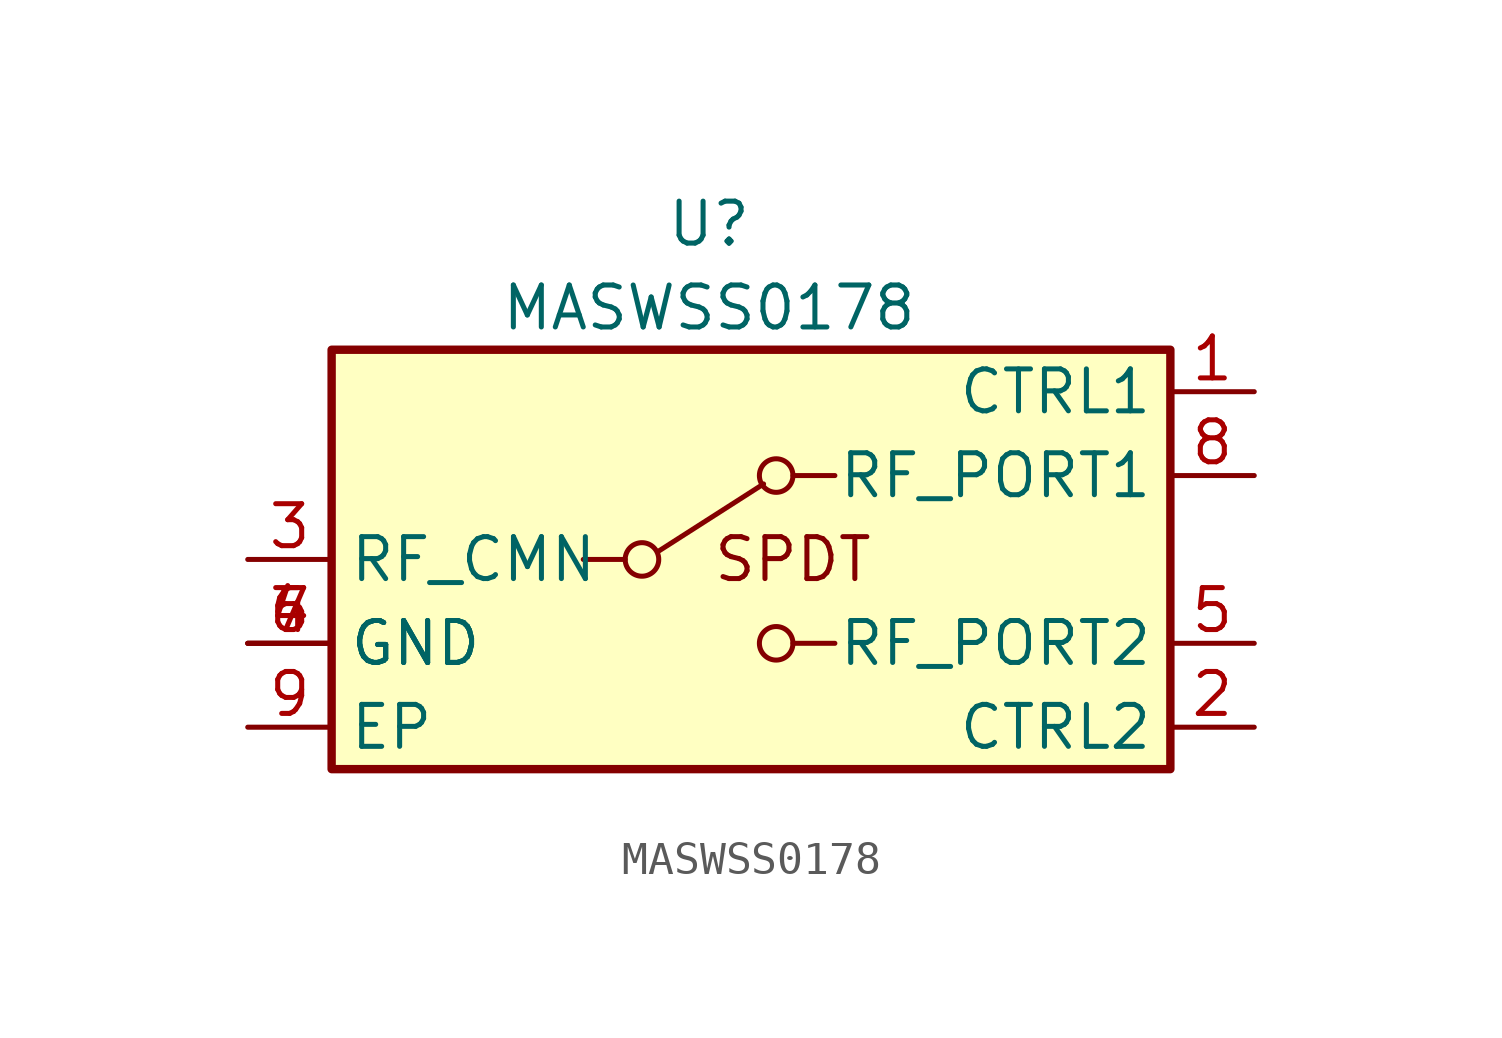
<source format=kicad_sym>
(kicad_symbol_lib
  (version 20211014)
  (generator kicad_symbol_editor)
  (symbol "MASWSS0178"
    (property "Reference" "U"
      (at 0 3.81 0)
      (effects (font (size 1.27 1.27))))
    (property "Value" "MASWSS0178"
      (at 0 1.27 0)
      (effects (font (size 1.27 1.27))))
    (symbol "MASWSS0178_0_0"
      (circle (center -2.032 -6.35) (radius 0.508) (stroke (width 0) (type default) (color 0 0 0 0)) (fill (type none)))
      (circle (center 2.032 -8.89) (radius 0.508) (stroke (width 0) (type default) (color 0 0 0 0)) (fill (type none)))
      (text "SPDT" (at 2.54 -6.35 0) (effects (font (size 1.27 1.27)))))
    (symbol "MASWSS0178_0_1"
      (polyline (pts (xy -2.54 -6.35) (xy -3.81 -6.35)) (stroke (width 0) (type default) (color 0 0 0 0)) (fill (type none)))
      (polyline (pts (xy -1.524 -6.096) (xy 1.651 -4.064)) (stroke (width 0) (type default) (color 0 0 0 0)) (fill (type none)))
      (polyline (pts (xy 2.54 -8.89) (xy 3.81 -8.89)) (stroke (width 0) (type default) (color 0 0 0 0)) (fill (type none)))
      (polyline (pts (xy 2.54 -3.81) (xy 3.81 -3.81)) (stroke (width 0) (type default) (color 0 0 0 0)) (fill (type none)))
      (circle (center 2.032 -3.81) (radius 0.508) (stroke (width 0) (type default) (color 0 0 0 0)) (fill (type none))))
    (symbol "MASWSS0178_1_1"
      (rectangle (start -11.43 0) (end 13.97 -12.7) (stroke (width 0.254) (type default) (color 0 0 0 0)) (fill (type background)))
      (pin passive line (at 16.51 -1.27 180) (length 2.54) (name "CTRL1" (effects (font (size 1.27 1.27)))) (number "1" (effects (font (size 1.27 1.27)))))
      (pin passive line (at 16.51 -11.43 180) (length 2.54) (name "CTRL2" (effects (font (size 1.27 1.27)))) (number "2" (effects (font (size 1.27 1.27)))))
      (pin passive line (at -13.97 -6.35 0) (length 2.54) (name "RF_CMN" (effects (font (size 1.27 1.27)))) (number "3" (effects (font (size 1.27 1.27)))))
      (pin passive line (at -13.97 -8.89 0) (length 2.54) (name "GND" (effects (font (size 1.27 1.27)))) (number "4" (effects (font (size 1.27 1.27)))))
      (pin passive line (at 16.51 -8.89 180) (length 2.54) (name "RF_PORT2" (effects (font (size 1.27 1.27)))) (number "5" (effects (font (size 1.27 1.27)))))
      (pin passive line (at -13.97 -8.89 0) (length 2.54) (name "GND" (effects (font (size 1.27 1.27)))) (number "6" (effects (font (size 1.27 1.27)))))
      (pin passive line (at -13.97 -8.89 0) (length 2.54) (name "GND" (effects (font (size 1.27 1.27)))) (number "7" (effects (font (size 1.27 1.27)))))
      (pin passive line (at 16.51 -3.81 180) (length 2.54) (name "RF_PORT1" (effects (font (size 1.27 1.27)))) (number "8" (effects (font (size 1.27 1.27)))))
      (pin passive line (at -13.97 -11.43 0) (length 2.54) (name "EP" (effects (font (size 1.27 1.27)))) (number "9" (effects (font (size 1.27 1.27))))))))
</source>
